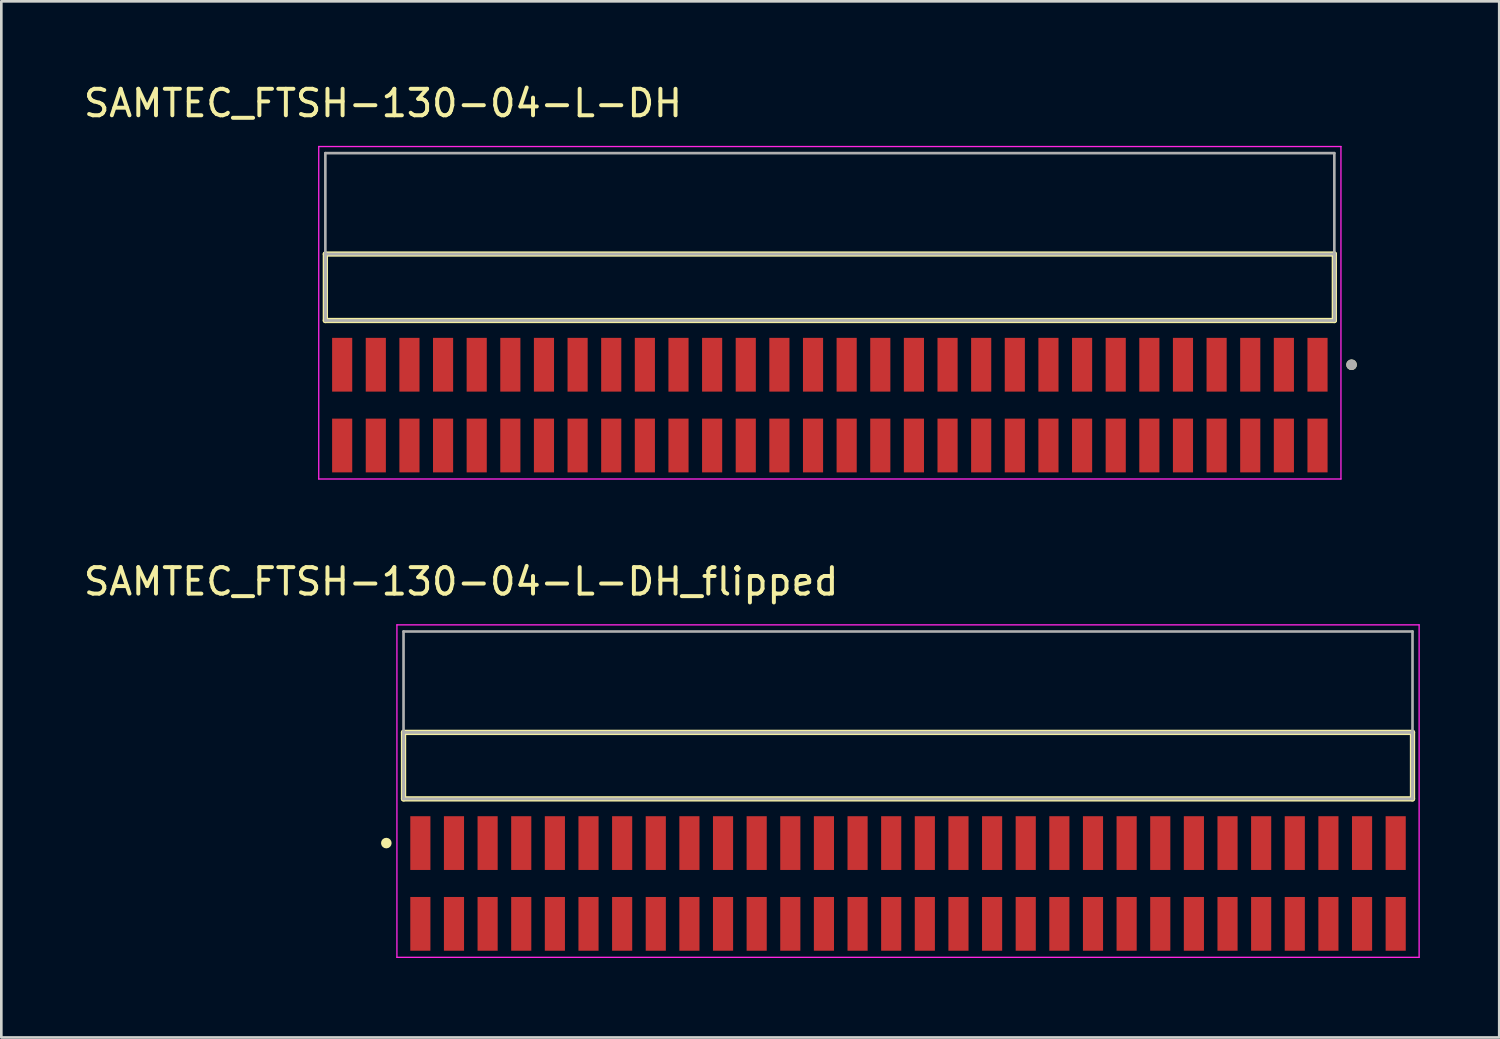
<source format=kicad_pcb>
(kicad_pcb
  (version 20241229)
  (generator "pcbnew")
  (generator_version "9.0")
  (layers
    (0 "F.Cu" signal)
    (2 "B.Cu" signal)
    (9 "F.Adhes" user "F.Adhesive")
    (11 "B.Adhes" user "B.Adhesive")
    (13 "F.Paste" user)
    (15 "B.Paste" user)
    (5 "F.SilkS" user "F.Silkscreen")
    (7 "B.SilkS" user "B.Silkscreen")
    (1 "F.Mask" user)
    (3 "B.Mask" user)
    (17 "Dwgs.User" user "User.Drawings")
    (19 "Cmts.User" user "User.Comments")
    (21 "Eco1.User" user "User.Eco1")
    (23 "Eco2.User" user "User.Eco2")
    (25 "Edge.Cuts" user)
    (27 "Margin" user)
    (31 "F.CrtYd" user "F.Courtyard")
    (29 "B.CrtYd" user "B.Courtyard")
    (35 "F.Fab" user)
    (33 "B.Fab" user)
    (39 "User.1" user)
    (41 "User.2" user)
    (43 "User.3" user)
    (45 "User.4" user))
  (footprint "SAMTEC_FTSH-130-04-L-DH"
    (layer "F.Cu")
    (at 28.286 12.248)
    (property "Reference" "SAMTEC_FTSH-130-04-L-DH" (at -16.875 -11.4 0) (layer "F.SilkS") (effects (font (size 1 1) (thickness 0.15))))
    (attr through_hole)
    (fp_line (start -19.05 -3.195) (end -19.05 -5.705) (stroke (width 0.2) (type solid)) (layer "F.SilkS"))
    (fp_line (start 19.05 -5.705) (end -19.05 -5.705) (stroke (width 0.2) (type solid)) (layer "F.SilkS"))
    (fp_line (start 19.05 -5.705) (end 19.05 -3.195) (stroke (width 0.2) (type solid)) (layer "F.SilkS"))
    (fp_line (start 19.05 -3.195) (end -19.05 -3.195) (stroke (width 0.2) (type solid)) (layer "F.SilkS"))
    (fp_circle (center 19.7 -1.525) (end 19.8 -1.525) (stroke (width 0.2) (type solid)) (fill no) (layer "F.SilkS"))
    (fp_line (start -19.3 -9.765) (end 19.3 -9.765) (stroke (width 0.05) (type solid)) (layer "F.CrtYd"))
    (fp_line (start -19.3 2.79) (end -19.3 -9.765) (stroke (width 0.05) (type solid)) (layer "F.CrtYd"))
    (fp_line (start 19.3 -9.765) (end 19.3 2.79) (stroke (width 0.05) (type solid)) (layer "F.CrtYd"))
    (fp_line (start 19.3 2.79) (end -19.3 2.79) (stroke (width 0.05) (type solid)) (layer "F.CrtYd"))
    (fp_line (start -19.05 -9.515) (end 19.05 -9.515) (stroke (width 0.1) (type solid)) (layer "F.Fab"))
    (fp_line (start -19.05 -5.705) (end 19.05 -5.705) (stroke (width 0.1) (type solid)) (layer "F.Fab"))
    (fp_line (start -19.05 -3.195) (end -19.05 -9.515) (stroke (width 0.1) (type solid)) (layer "F.Fab"))
    (fp_line (start -19.05 -3.195) (end -19.05 -5.705) (stroke (width 0.1) (type solid)) (layer "F.Fab"))
    (fp_line (start 19.05 -9.515) (end 19.05 -3.195) (stroke (width 0.1) (type solid)) (layer "F.Fab"))
    (fp_line (start 19.05 -5.705) (end 19.05 -3.195) (stroke (width 0.1) (type solid)) (layer "F.Fab"))
    (fp_line (start 19.05 -3.195) (end -19.05 -3.195) (stroke (width 0.1) (type solid)) (layer "F.Fab"))
    (fp_circle (center 19.7 -1.525) (end 19.8 -1.525) (stroke (width 0.2) (type solid)) (fill no) (layer "F.Fab"))
    (pad "1" smd rect (at 18.415 1.525) (size 0.76 2.03) (layers "F.Cu" "F.Mask" "F.Paste"))
    (pad "2" smd rect (at 18.415 -1.525) (size 0.76 2.03) (layers "F.Cu" "F.Mask" "F.Paste"))
    (pad "3" smd rect (at 17.145 1.525) (size 0.76 2.03) (layers "F.Cu" "F.Mask" "F.Paste"))
    (pad "4" smd rect (at 17.145 -1.525) (size 0.76 2.03) (layers "F.Cu" "F.Mask" "F.Paste"))
    (pad "5" smd rect (at 15.875 1.525) (size 0.76 2.03) (layers "F.Cu" "F.Mask" "F.Paste"))
    (pad "6" smd rect (at 15.875 -1.525) (size 0.76 2.03) (layers "F.Cu" "F.Mask" "F.Paste"))
    (pad "7" smd rect (at 14.605 1.525) (size 0.76 2.03) (layers "F.Cu" "F.Mask" "F.Paste"))
    (pad "8" smd rect (at 14.605 -1.525) (size 0.76 2.03) (layers "F.Cu" "F.Mask" "F.Paste"))
    (pad "9" smd rect (at 13.335 1.525) (size 0.76 2.03) (layers "F.Cu" "F.Mask" "F.Paste"))
    (pad "10" smd rect (at 13.335 -1.525) (size 0.76 2.03) (layers "F.Cu" "F.Mask" "F.Paste"))
    (pad "11" smd rect (at 12.065 1.525) (size 0.76 2.03) (layers "F.Cu" "F.Mask" "F.Paste"))
    (pad "12" smd rect (at 12.065 -1.525) (size 0.76 2.03) (layers "F.Cu" "F.Mask" "F.Paste"))
    (pad "13" smd rect (at 10.795 1.525) (size 0.76 2.03) (layers "F.Cu" "F.Mask" "F.Paste"))
    (pad "14" smd rect (at 10.795 -1.525) (size 0.76 2.03) (layers "F.Cu" "F.Mask" "F.Paste"))
    (pad "15" smd rect (at 9.525 1.525) (size 0.76 2.03) (layers "F.Cu" "F.Mask" "F.Paste"))
    (pad "16" smd rect (at 9.525 -1.525) (size 0.76 2.03) (layers "F.Cu" "F.Mask" "F.Paste"))
    (pad "17" smd rect (at 8.255 1.525) (size 0.76 2.03) (layers "F.Cu" "F.Mask" "F.Paste"))
    (pad "18" smd rect (at 8.255 -1.525) (size 0.76 2.03) (layers "F.Cu" "F.Mask" "F.Paste"))
    (pad "19" smd rect (at 6.985 1.525) (size 0.76 2.03) (layers "F.Cu" "F.Mask" "F.Paste"))
    (pad "20" smd rect (at 6.985 -1.525) (size 0.76 2.03) (layers "F.Cu" "F.Mask" "F.Paste"))
    (pad "21" smd rect (at 5.715 1.525) (size 0.76 2.03) (layers "F.Cu" "F.Mask" "F.Paste"))
    (pad "22" smd rect (at 5.715 -1.525) (size 0.76 2.03) (layers "F.Cu" "F.Mask" "F.Paste"))
    (pad "23" smd rect (at 4.445 1.525) (size 0.76 2.03) (layers "F.Cu" "F.Mask" "F.Paste"))
    (pad "24" smd rect (at 4.445 -1.525) (size 0.76 2.03) (layers "F.Cu" "F.Mask" "F.Paste"))
    (pad "25" smd rect (at 3.175 1.525) (size 0.76 2.03) (layers "F.Cu" "F.Mask" "F.Paste"))
    (pad "26" smd rect (at 3.175 -1.525) (size 0.76 2.03) (layers "F.Cu" "F.Mask" "F.Paste"))
    (pad "27" smd rect (at 1.905 1.525) (size 0.76 2.03) (layers "F.Cu" "F.Mask" "F.Paste"))
    (pad "28" smd rect (at 1.905 -1.525) (size 0.76 2.03) (layers "F.Cu" "F.Mask" "F.Paste"))
    (pad "29" smd rect (at 0.635 1.525) (size 0.76 2.03) (layers "F.Cu" "F.Mask" "F.Paste"))
    (pad "30" smd rect (at 0.635 -1.525) (size 0.76 2.03) (layers "F.Cu" "F.Mask" "F.Paste"))
    (pad "31" smd rect (at -0.635 1.525) (size 0.76 2.03) (layers "F.Cu" "F.Mask" "F.Paste"))
    (pad "32" smd rect (at -0.635 -1.525) (size 0.76 2.03) (layers "F.Cu" "F.Mask" "F.Paste"))
    (pad "33" smd rect (at -1.905 1.525) (size 0.76 2.03) (layers "F.Cu" "F.Mask" "F.Paste"))
    (pad "34" smd rect (at -1.905 -1.525) (size 0.76 2.03) (layers "F.Cu" "F.Mask" "F.Paste"))
    (pad "35" smd rect (at -3.175 1.525) (size 0.76 2.03) (layers "F.Cu" "F.Mask" "F.Paste"))
    (pad "36" smd rect (at -3.175 -1.525) (size 0.76 2.03) (layers "F.Cu" "F.Mask" "F.Paste"))
    (pad "37" smd rect (at -4.445 1.525) (size 0.76 2.03) (layers "F.Cu" "F.Mask" "F.Paste"))
    (pad "38" smd rect (at -4.445 -1.525) (size 0.76 2.03) (layers "F.Cu" "F.Mask" "F.Paste"))
    (pad "39" smd rect (at -5.715 1.525) (size 0.76 2.03) (layers "F.Cu" "F.Mask" "F.Paste"))
    (pad "40" smd rect (at -5.715 -1.525) (size 0.76 2.03) (layers "F.Cu" "F.Mask" "F.Paste"))
    (pad "41" smd rect (at -6.985 1.525) (size 0.76 2.03) (layers "F.Cu" "F.Mask" "F.Paste"))
    (pad "42" smd rect (at -6.985 -1.525) (size 0.76 2.03) (layers "F.Cu" "F.Mask" "F.Paste"))
    (pad "43" smd rect (at -8.255 1.525) (size 0.76 2.03) (layers "F.Cu" "F.Mask" "F.Paste"))
    (pad "44" smd rect (at -8.255 -1.525) (size 0.76 2.03) (layers "F.Cu" "F.Mask" "F.Paste"))
    (pad "45" smd rect (at -9.525 1.525) (size 0.76 2.03) (layers "F.Cu" "F.Mask" "F.Paste"))
    (pad "46" smd rect (at -9.525 -1.525) (size 0.76 2.03) (layers "F.Cu" "F.Mask" "F.Paste"))
    (pad "47" smd rect (at -10.795 1.525) (size 0.76 2.03) (layers "F.Cu" "F.Mask" "F.Paste"))
    (pad "48" smd rect (at -10.795 -1.525) (size 0.76 2.03) (layers "F.Cu" "F.Mask" "F.Paste"))
    (pad "49" smd rect (at -12.065 1.525) (size 0.76 2.03) (layers "F.Cu" "F.Mask" "F.Paste"))
    (pad "50" smd rect (at -12.065 -1.525) (size 0.76 2.03) (layers "F.Cu" "F.Mask" "F.Paste"))
    (pad "51" smd rect (at -13.335 1.525) (size 0.76 2.03) (layers "F.Cu" "F.Mask" "F.Paste"))
    (pad "52" smd rect (at -13.335 -1.525) (size 0.76 2.03) (layers "F.Cu" "F.Mask" "F.Paste"))
    (pad "53" smd rect (at -14.605 1.525) (size 0.76 2.03) (layers "F.Cu" "F.Mask" "F.Paste"))
    (pad "54" smd rect (at -14.605 -1.525) (size 0.76 2.03) (layers "F.Cu" "F.Mask" "F.Paste"))
    (pad "55" smd rect (at -15.875 1.525) (size 0.76 2.03) (layers "F.Cu" "F.Mask" "F.Paste"))
    (pad "56" smd rect (at -15.875 -1.525) (size 0.76 2.03) (layers "F.Cu" "F.Mask" "F.Paste"))
    (pad "57" smd rect (at -17.145 1.525) (size 0.76 2.03) (layers "F.Cu" "F.Mask" "F.Paste"))
    (pad "58" smd rect (at -17.145 -1.525) (size 0.76 2.03) (layers "F.Cu" "F.Mask" "F.Paste"))
    (pad "59" smd rect (at -18.415 1.525) (size 0.76 2.03) (layers "F.Cu" "F.Mask" "F.Paste"))
    (pad "60" smd rect (at -18.415 -1.525) (size 0.76 2.03) (layers "F.Cu" "F.Mask" "F.Paste")))
  (footprint "SAMTEC_FTSH-130-04-L-DH_flipped"
    (layer "F.Cu")
    (at 31.238 30.311)
    (property "Reference" "SAMTEC_FTSH-130-04-L-DH_flipped" (at -16.875 -11.4 0) (layer "F.SilkS") (effects (font (size 1 1) (thickness 0.15))))
    (attr through_hole)
    (fp_line (start -19.05 -3.195) (end -19.05 -5.705) (stroke (width 0.2) (type solid)) (layer "F.SilkS"))
    (fp_line (start 19.05 -5.705) (end -19.05 -5.705) (stroke (width 0.2) (type solid)) (layer "F.SilkS"))
    (fp_line (start 19.05 -5.705) (end 19.05 -3.195) (stroke (width 0.2) (type solid)) (layer "F.SilkS"))
    (fp_line (start 19.05 -3.195) (end -19.05 -3.195) (stroke (width 0.2) (type solid)) (layer "F.SilkS"))
    (fp_circle (center -19.7 -1.525) (end -19.6 -1.525) (stroke (width 0.2) (type solid)) (fill no) (layer "F.SilkS"))
    (fp_line (start -19.3 -9.765) (end 19.3 -9.765) (stroke (width 0.05) (type solid)) (layer "F.CrtYd"))
    (fp_line (start -19.3 2.79) (end -19.3 -9.765) (stroke (width 0.05) (type solid)) (layer "F.CrtYd"))
    (fp_line (start 19.3 -9.765) (end 19.3 2.79) (stroke (width 0.05) (type solid)) (layer "F.CrtYd"))
    (fp_line (start 19.3 2.79) (end -19.3 2.79) (stroke (width 0.05) (type solid)) (layer "F.CrtYd"))
    (fp_line (start -19.05 -9.515) (end 19.05 -9.515) (stroke (width 0.1) (type solid)) (layer "F.Fab"))
    (fp_line (start -19.05 -5.705) (end 19.05 -5.705) (stroke (width 0.1) (type solid)) (layer "F.Fab"))
    (fp_line (start -19.05 -3.195) (end -19.05 -9.515) (stroke (width 0.1) (type solid)) (layer "F.Fab"))
    (fp_line (start -19.05 -3.195) (end -19.05 -5.705) (stroke (width 0.1) (type solid)) (layer "F.Fab"))
    (fp_line (start 19.05 -9.515) (end 19.05 -3.195) (stroke (width 0.1) (type solid)) (layer "F.Fab"))
    (fp_line (start 19.05 -5.705) (end 19.05 -3.195) (stroke (width 0.1) (type solid)) (layer "F.Fab"))
    (fp_line (start 19.05 -3.195) (end -19.05 -3.195) (stroke (width 0.1) (type solid)) (layer "F.Fab"))
    (pad "1" smd rect (at -18.415 -1.525 180) (size 0.76 2.03) (layers "F.Cu" "F.Mask" "F.Paste"))
    (pad "2" smd rect (at -18.415 1.525 180) (size 0.76 2.03) (layers "F.Cu" "F.Mask" "F.Paste"))
    (pad "3" smd rect (at -17.145 -1.525 180) (size 0.76 2.03) (layers "F.Cu" "F.Mask" "F.Paste"))
    (pad "4" smd rect (at -17.145 1.525 180) (size 0.76 2.03) (layers "F.Cu" "F.Mask" "F.Paste"))
    (pad "5" smd rect (at -15.875 -1.525 180) (size 0.76 2.03) (layers "F.Cu" "F.Mask" "F.Paste"))
    (pad "6" smd rect (at -15.875 1.525 180) (size 0.76 2.03) (layers "F.Cu" "F.Mask" "F.Paste"))
    (pad "7" smd rect (at -14.605 -1.525 180) (size 0.76 2.03) (layers "F.Cu" "F.Mask" "F.Paste"))
    (pad "8" smd rect (at -14.605 1.525 180) (size 0.76 2.03) (layers "F.Cu" "F.Mask" "F.Paste"))
    (pad "9" smd rect (at -13.335 -1.525 180) (size 0.76 2.03) (layers "F.Cu" "F.Mask" "F.Paste"))
    (pad "10" smd rect (at -13.335 1.525 180) (size 0.76 2.03) (layers "F.Cu" "F.Mask" "F.Paste"))
    (pad "11" smd rect (at -12.065 -1.525 180) (size 0.76 2.03) (layers "F.Cu" "F.Mask" "F.Paste"))
    (pad "12" smd rect (at -12.065 1.525 180) (size 0.76 2.03) (layers "F.Cu" "F.Mask" "F.Paste"))
    (pad "13" smd rect (at -10.795 -1.525 180) (size 0.76 2.03) (layers "F.Cu" "F.Mask" "F.Paste"))
    (pad "14" smd rect (at -10.795 1.525 180) (size 0.76 2.03) (layers "F.Cu" "F.Mask" "F.Paste"))
    (pad "15" smd rect (at -9.525 -1.525 180) (size 0.76 2.03) (layers "F.Cu" "F.Mask" "F.Paste"))
    (pad "16" smd rect (at -9.525 1.525 180) (size 0.76 2.03) (layers "F.Cu" "F.Mask" "F.Paste"))
    (pad "17" smd rect (at -8.255 -1.525 180) (size 0.76 2.03) (layers "F.Cu" "F.Mask" "F.Paste"))
    (pad "18" smd rect (at -8.255 1.525 180) (size 0.76 2.03) (layers "F.Cu" "F.Mask" "F.Paste"))
    (pad "19" smd rect (at -6.985 -1.525 180) (size 0.76 2.03) (layers "F.Cu" "F.Mask" "F.Paste"))
    (pad "20" smd rect (at -6.985 1.525 180) (size 0.76 2.03) (layers "F.Cu" "F.Mask" "F.Paste"))
    (pad "21" smd rect (at -5.715 -1.525 180) (size 0.76 2.03) (layers "F.Cu" "F.Mask" "F.Paste"))
    (pad "22" smd rect (at -5.715 1.525 180) (size 0.76 2.03) (layers "F.Cu" "F.Mask" "F.Paste"))
    (pad "23" smd rect (at -4.445 -1.525 180) (size 0.76 2.03) (layers "F.Cu" "F.Mask" "F.Paste"))
    (pad "24" smd rect (at -4.445 1.525 180) (size 0.76 2.03) (layers "F.Cu" "F.Mask" "F.Paste"))
    (pad "25" smd rect (at -3.175 -1.525 180) (size 0.76 2.03) (layers "F.Cu" "F.Mask" "F.Paste"))
    (pad "26" smd rect (at -3.175 1.525 180) (size 0.76 2.03) (layers "F.Cu" "F.Mask" "F.Paste"))
    (pad "27" smd rect (at -1.905 -1.525 180) (size 0.76 2.03) (layers "F.Cu" "F.Mask" "F.Paste"))
    (pad "28" smd rect (at -1.905 1.525 180) (size 0.76 2.03) (layers "F.Cu" "F.Mask" "F.Paste"))
    (pad "29" smd rect (at -0.635 -1.525 180) (size 0.76 2.03) (layers "F.Cu" "F.Mask" "F.Paste"))
    (pad "30" smd rect (at -0.635 1.525 180) (size 0.76 2.03) (layers "F.Cu" "F.Mask" "F.Paste"))
    (pad "31" smd rect (at 0.635 -1.525 180) (size 0.76 2.03) (layers "F.Cu" "F.Mask" "F.Paste"))
    (pad "32" smd rect (at 0.635 1.525 180) (size 0.76 2.03) (layers "F.Cu" "F.Mask" "F.Paste"))
    (pad "33" smd rect (at 1.905 -1.525 180) (size 0.76 2.03) (layers "F.Cu" "F.Mask" "F.Paste"))
    (pad "34" smd rect (at 1.905 1.525 180) (size 0.76 2.03) (layers "F.Cu" "F.Mask" "F.Paste"))
    (pad "35" smd rect (at 3.175 -1.525 180) (size 0.76 2.03) (layers "F.Cu" "F.Mask" "F.Paste"))
    (pad "36" smd rect (at 3.175 1.525 180) (size 0.76 2.03) (layers "F.Cu" "F.Mask" "F.Paste"))
    (pad "37" smd rect (at 4.445 -1.525 180) (size 0.76 2.03) (layers "F.Cu" "F.Mask" "F.Paste"))
    (pad "38" smd rect (at 4.445 1.525 180) (size 0.76 2.03) (layers "F.Cu" "F.Mask" "F.Paste"))
    (pad "39" smd rect (at 5.715 -1.525 180) (size 0.76 2.03) (layers "F.Cu" "F.Mask" "F.Paste"))
    (pad "40" smd rect (at 5.715 1.525 180) (size 0.76 2.03) (layers "F.Cu" "F.Mask" "F.Paste"))
    (pad "41" smd rect (at 6.985 -1.525 180) (size 0.76 2.03) (layers "F.Cu" "F.Mask" "F.Paste"))
    (pad "42" smd rect (at 6.985 1.525 180) (size 0.76 2.03) (layers "F.Cu" "F.Mask" "F.Paste"))
    (pad "43" smd rect (at 8.255 -1.525 180) (size 0.76 2.03) (layers "F.Cu" "F.Mask" "F.Paste"))
    (pad "44" smd rect (at 8.255 1.525 180) (size 0.76 2.03) (layers "F.Cu" "F.Mask" "F.Paste"))
    (pad "45" smd rect (at 9.525 -1.525 180) (size 0.76 2.03) (layers "F.Cu" "F.Mask" "F.Paste"))
    (pad "46" smd rect (at 9.525 1.525 180) (size 0.76 2.03) (layers "F.Cu" "F.Mask" "F.Paste"))
    (pad "47" smd rect (at 10.795 -1.525 180) (size 0.76 2.03) (layers "F.Cu" "F.Mask" "F.Paste"))
    (pad "48" smd rect (at 10.795 1.525 180) (size 0.76 2.03) (layers "F.Cu" "F.Mask" "F.Paste"))
    (pad "49" smd rect (at 12.065 -1.525 180) (size 0.76 2.03) (layers "F.Cu" "F.Mask" "F.Paste"))
    (pad "50" smd rect (at 12.065 1.525 180) (size 0.76 2.03) (layers "F.Cu" "F.Mask" "F.Paste"))
    (pad "51" smd rect (at 13.335 -1.525 180) (size 0.76 2.03) (layers "F.Cu" "F.Mask" "F.Paste"))
    (pad "52" smd rect (at 13.335 1.525 180) (size 0.76 2.03) (layers "F.Cu" "F.Mask" "F.Paste"))
    (pad "53" smd rect (at 14.605 -1.525 180) (size 0.76 2.03) (layers "F.Cu" "F.Mask" "F.Paste"))
    (pad "54" smd rect (at 14.605 1.525 180) (size 0.76 2.03) (layers "F.Cu" "F.Mask" "F.Paste"))
    (pad "55" smd rect (at 15.875 -1.525 180) (size 0.76 2.03) (layers "F.Cu" "F.Mask" "F.Paste"))
    (pad "56" smd rect (at 15.875 1.525 180) (size 0.76 2.03) (layers "F.Cu" "F.Mask" "F.Paste"))
    (pad "57" smd rect (at 17.145 -1.525 180) (size 0.76 2.03) (layers "F.Cu" "F.Mask" "F.Paste"))
    (pad "58" smd rect (at 17.145 1.525 180) (size 0.76 2.03) (layers "F.Cu" "F.Mask" "F.Paste"))
    (pad "59" smd rect (at 18.415 -1.525 180) (size 0.76 2.03) (layers "F.Cu" "F.Mask" "F.Paste"))
    (pad "60" smd rect (at 18.415 1.525 180) (size 0.76 2.03) (layers "F.Cu" "F.Mask" "F.Paste")))
  (gr_rect
    (start -3 -3)
    (end 53.563 36.127)
    (stroke (width 0.1) (type default))
    (fill no)
    (layer "Edge.Cuts")))
</source>
